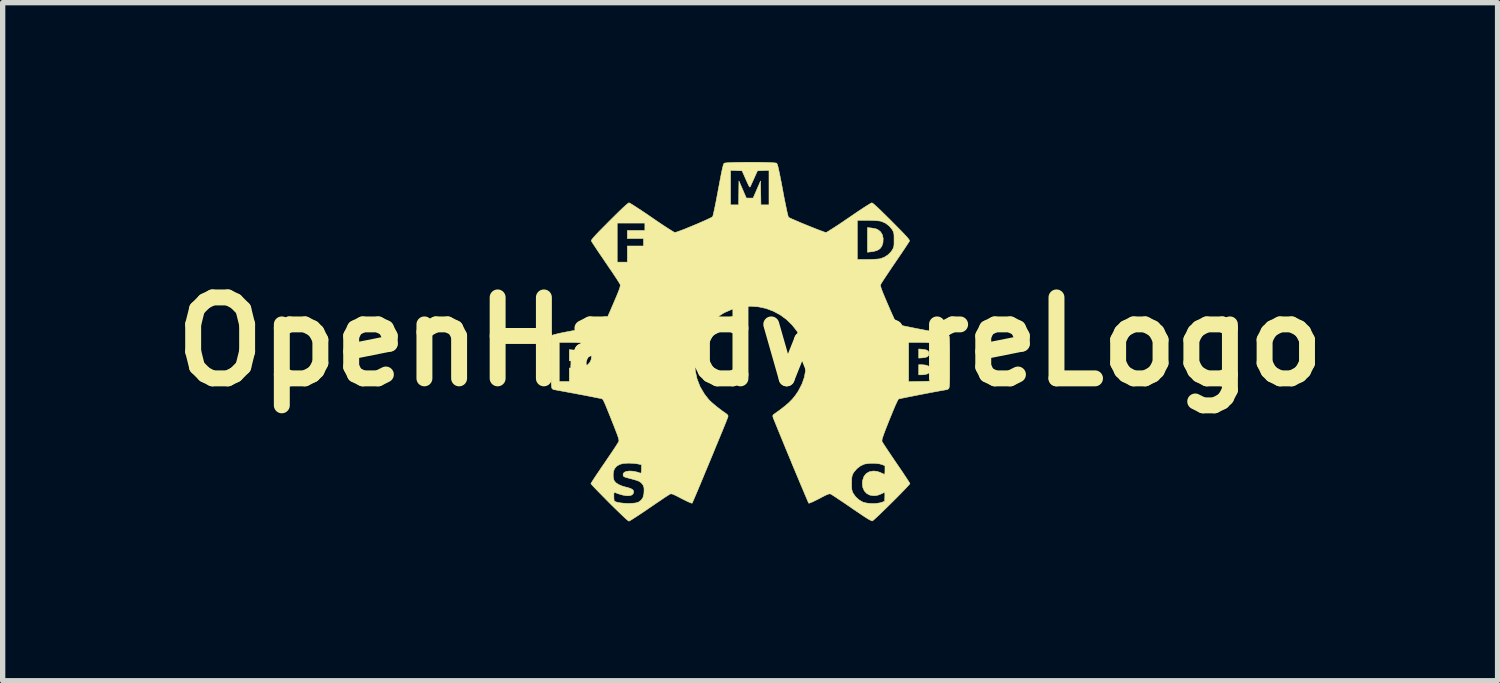
<source format=kicad_pcb>
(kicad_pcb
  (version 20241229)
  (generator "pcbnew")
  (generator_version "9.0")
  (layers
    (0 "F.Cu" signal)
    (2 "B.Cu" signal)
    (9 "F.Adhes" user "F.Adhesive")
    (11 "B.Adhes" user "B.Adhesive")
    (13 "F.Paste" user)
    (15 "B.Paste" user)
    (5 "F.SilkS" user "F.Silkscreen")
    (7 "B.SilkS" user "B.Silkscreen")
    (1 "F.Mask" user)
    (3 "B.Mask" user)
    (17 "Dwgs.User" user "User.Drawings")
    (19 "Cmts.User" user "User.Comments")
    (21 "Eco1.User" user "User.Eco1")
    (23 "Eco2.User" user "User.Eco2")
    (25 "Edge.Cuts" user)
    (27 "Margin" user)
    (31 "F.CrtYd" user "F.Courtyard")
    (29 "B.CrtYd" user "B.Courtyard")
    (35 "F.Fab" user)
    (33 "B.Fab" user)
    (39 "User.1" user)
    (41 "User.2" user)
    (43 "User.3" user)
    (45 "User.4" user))
  (footprint "OpenHardwareLogo"
    (layer "F.Cu")
    (at 11.074 3.385)
    (property "Reference" "OpenHardwareLogo" (at 0 0 0) (layer "F.SilkS") (effects (font (size 1.524 1.524) (thickness 0.3))))
    (attr through_hole)
    (fp_poly (pts (xy -3.326 0.156) (xy -3.263 0.168) (xy -3.221 0.19) (xy -3.2 0.224) (xy -3.196 0.254) (xy -3.205 0.297) (xy -3.233 0.327) (xy -3.281 0.345) (xy -3.326 0.352) (xy -3.404 0.359) (xy -3.404 0.149) (xy -3.326 0.156)) (stroke (width 0.01) (type solid)) (fill yes) (layer "F.SilkS"))
    (fp_poly (pts (xy 3.253 0.143) (xy 3.311 0.153) (xy 3.347 0.169) (xy 3.365 0.196) (xy 3.369 0.222) (xy 3.361 0.259) (xy 3.337 0.283) (xy 3.293 0.297) (xy 3.252 0.302) (xy 3.175 0.308) (xy 3.175 0.136) (xy 3.253 0.143)) (stroke (width 0.01) (type solid)) (fill yes) (layer "F.SilkS"))
    (fp_poly (pts (xy 3.235 0.433) (xy 3.303 0.439) (xy 3.354 0.455) (xy 3.385 0.48) (xy 3.391 0.495) (xy 3.394 0.545) (xy 3.375 0.582) (xy 3.335 0.607) (xy 3.272 0.62) (xy 3.235 0.622) (xy 3.175 0.622) (xy 3.175 0.432) (xy 3.235 0.433)) (stroke (width 0.01) (type solid)) (fill yes) (layer "F.SilkS"))
    (fp_poly (pts (xy 2.288 -2.141) (xy 2.336 -2.133) (xy 2.378 -2.123) (xy 2.399 -2.115) (xy 2.454 -2.073) (xy 2.49 -2.016) (xy 2.506 -1.945) (xy 2.502 -1.865) (xy 2.501 -1.862) (xy 2.48 -1.798) (xy 2.444 -1.751) (xy 2.389 -1.718) (xy 2.315 -1.698) (xy 2.288 -1.695) (xy 2.21 -1.686) (xy 2.21 -2.15) (xy 2.288 -2.141)) (stroke (width 0.01) (type solid)) (fill yes) (layer "F.SilkS"))
    (fp_poly (pts (xy 0.08 -3.38) (xy 0.176 -3.379) (xy 0.266 -3.377) (xy 0.346 -3.375) (xy 0.413 -3.372) (xy 0.464 -3.368) (xy 0.494 -3.364) (xy 0.5 -3.362) (xy 0.507 -3.352) (xy 0.515 -3.332) (xy 0.525 -3.298) (xy 0.536 -3.25) (xy 0.55 -3.185) (xy 0.567 -3.101) (xy 0.588 -2.996) (xy 0.612 -2.869) (xy 0.615 -2.853) (xy 0.639 -2.722) (xy 0.662 -2.609) (xy 0.682 -2.513) (xy 0.698 -2.437) (xy 0.711 -2.383) (xy 0.721 -2.351) (xy 0.725 -2.344) (xy 0.742 -2.334) (xy 0.779 -2.316) (xy 0.832 -2.293) (xy 0.898 -2.265) (xy 0.972 -2.233) (xy 1.051 -2.201) (xy 1.132 -2.168) (xy 1.21 -2.137) (xy 1.281 -2.109) (xy 1.343 -2.086) (xy 1.391 -2.068) (xy 1.421 -2.059) (xy 1.429 -2.057) (xy 1.445 -2.064) (xy 1.479 -2.084) (xy 1.53 -2.116) (xy 1.594 -2.157) (xy 1.669 -2.206) (xy 1.753 -2.262) (xy 1.787 -2.286) (xy 2.019 -2.286) (xy 2.019 -1.549) (xy 2.203 -1.549) (xy 2.275 -1.55) (xy 2.344 -1.553) (xy 2.402 -1.557) (xy 2.444 -1.562) (xy 2.451 -1.563) (xy 2.528 -1.592) (xy 2.601 -1.639) (xy 2.66 -1.701) (xy 2.673 -1.721) (xy 2.69 -1.75) (xy 2.701 -1.775) (xy 2.708 -1.804) (xy 2.711 -1.843) (xy 2.711 -1.898) (xy 2.711 -1.918) (xy 2.711 -1.979) (xy 2.709 -2.022) (xy 2.704 -2.053) (xy 2.694 -2.079) (xy 2.679 -2.106) (xy 2.673 -2.116) (xy 2.619 -2.181) (xy 2.548 -2.234) (xy 2.469 -2.268) (xy 2.451 -2.272) (xy 2.414 -2.277) (xy 2.359 -2.282) (xy 2.292 -2.285) (xy 2.22 -2.286) (xy 2.203 -2.286) (xy 2.019 -2.286) (xy 1.787 -2.286) (xy 1.843 -2.324) (xy 1.861 -2.336) (xy 1.952 -2.398) (xy 2.037 -2.456) (xy 2.114 -2.507) (xy 2.18 -2.55) (xy 2.234 -2.583) (xy 2.271 -2.606) (xy 2.291 -2.615) (xy 2.293 -2.616) (xy 2.31 -2.607) (xy 2.344 -2.579) (xy 2.395 -2.533) (xy 2.462 -2.469) (xy 2.547 -2.386) (xy 2.648 -2.286) (xy 2.665 -2.269) (xy 2.755 -2.178) (xy 2.829 -2.103) (xy 2.887 -2.043) (xy 2.932 -1.995) (xy 2.965 -1.959) (xy 2.986 -1.932) (xy 2.998 -1.914) (xy 3.002 -1.902) (xy 3.002 -1.898) (xy 2.993 -1.882) (xy 2.971 -1.848) (xy 2.938 -1.798) (xy 2.896 -1.734) (xy 2.846 -1.66) (xy 2.79 -1.578) (xy 2.733 -1.494) (xy 2.673 -1.406) (xy 2.617 -1.323) (xy 2.567 -1.248) (xy 2.524 -1.183) (xy 2.491 -1.132) (xy 2.469 -1.097) (xy 2.46 -1.08) (xy 2.457 -1.068) (xy 2.457 -1.052) (xy 2.462 -1.03) (xy 2.472 -0.999) (xy 2.487 -0.956) (xy 2.51 -0.899) (xy 2.541 -0.825) (xy 2.581 -0.731) (xy 2.596 -0.697) (xy 2.634 -0.608) (xy 2.67 -0.527) (xy 2.702 -0.456) (xy 2.728 -0.398) (xy 2.748 -0.356) (xy 2.76 -0.334) (xy 2.762 -0.332) (xy 2.778 -0.325) (xy 2.817 -0.315) (xy 2.877 -0.301) (xy 2.954 -0.285) (xy 3.047 -0.266) (xy 3.154 -0.245) (xy 3.253 -0.226) (xy 3.386 -0.201) (xy 3.495 -0.18) (xy 3.582 -0.162) (xy 3.649 -0.148) (xy 3.697 -0.136) (xy 3.727 -0.126) (xy 3.742 -0.119) (xy 3.743 -0.117) (xy 3.748 -0.105) (xy 3.751 -0.081) (xy 3.754 -0.041) (xy 3.756 0.015) (xy 3.758 0.09) (xy 3.759 0.185) (xy 3.759 0.303) (xy 3.759 0.383) (xy 3.759 0.507) (xy 3.759 0.609) (xy 3.758 0.69) (xy 3.757 0.753) (xy 3.755 0.801) (xy 3.752 0.835) (xy 3.749 0.858) (xy 3.745 0.872) (xy 3.74 0.881) (xy 3.739 0.882) (xy 3.72 0.898) (xy 3.71 0.902) (xy 3.692 0.904) (xy 3.652 0.911) (xy 3.595 0.921) (xy 3.524 0.934) (xy 3.442 0.949) (xy 3.353 0.966) (xy 3.26 0.984) (xy 3.167 1.002) (xy 3.077 1.02) (xy 2.994 1.036) (xy 2.921 1.051) (xy 2.862 1.063) (xy 2.82 1.072) (xy 2.798 1.077) (xy 2.797 1.078) (xy 2.785 1.093) (xy 2.766 1.131) (xy 2.739 1.189) (xy 2.706 1.266) (xy 2.667 1.361) (xy 2.623 1.468) (xy 2.581 1.574) (xy 2.547 1.66) (xy 2.522 1.727) (xy 2.504 1.778) (xy 2.491 1.816) (xy 2.485 1.843) (xy 2.483 1.862) (xy 2.484 1.875) (xy 2.485 1.878) (xy 2.495 1.896) (xy 2.518 1.933) (xy 2.552 1.984) (xy 2.595 2.049) (xy 2.645 2.124) (xy 2.701 2.207) (xy 2.754 2.285) (xy 2.813 2.371) (xy 2.868 2.451) (xy 2.915 2.523) (xy 2.955 2.583) (xy 2.985 2.63) (xy 3.004 2.66) (xy 3.01 2.671) (xy 3.001 2.684) (xy 2.976 2.712) (xy 2.938 2.753) (xy 2.889 2.804) (xy 2.831 2.864) (xy 2.767 2.929) (xy 2.699 2.997) (xy 2.629 3.066) (xy 2.56 3.134) (xy 2.495 3.197) (xy 2.436 3.255) (xy 2.384 3.303) (xy 2.343 3.341) (xy 2.315 3.365) (xy 2.303 3.373) (xy 2.29 3.372) (xy 2.267 3.361) (xy 2.231 3.342) (xy 2.182 3.312) (xy 2.118 3.27) (xy 2.037 3.215) (xy 1.937 3.148) (xy 1.915 3.132) (xy 1.829 3.073) (xy 1.748 3.018) (xy 1.675 2.97) (xy 1.614 2.928) (xy 1.565 2.897) (xy 1.533 2.876) (xy 1.521 2.869) (xy 1.507 2.865) (xy 1.491 2.865) (xy 1.468 2.871) (xy 1.436 2.884) (xy 1.391 2.906) (xy 1.328 2.939) (xy 1.302 2.953) (xy 1.236 2.986) (xy 1.181 3.013) (xy 1.137 3.031) (xy 1.111 3.04) (xy 1.104 3.04) (xy 1.098 3.026) (xy 1.082 2.992) (xy 1.06 2.939) (xy 1.03 2.869) (xy 0.995 2.785) (xy 0.954 2.69) (xy 0.945 2.667) (xy 1.911 2.667) (xy 1.912 2.731) (xy 1.915 2.777) (xy 1.922 2.81) (xy 1.932 2.838) (xy 1.939 2.851) (xy 1.988 2.92) (xy 2.052 2.978) (xy 2.122 3.019) (xy 2.136 3.024) (xy 2.201 3.039) (xy 2.277 3.046) (xy 2.357 3.046) (xy 2.429 3.037) (xy 2.477 3.025) (xy 2.534 3.003) (xy 2.537 2.916) (xy 2.538 2.874) (xy 2.536 2.845) (xy 2.531 2.835) (xy 2.531 2.835) (xy 2.466 2.866) (xy 2.415 2.886) (xy 2.372 2.896) (xy 2.331 2.899) (xy 2.329 2.899) (xy 2.256 2.888) (xy 2.196 2.857) (xy 2.151 2.808) (xy 2.123 2.745) (xy 2.114 2.669) (xy 2.12 2.608) (xy 2.144 2.537) (xy 2.186 2.483) (xy 2.244 2.449) (xy 2.317 2.435) (xy 2.329 2.435) (xy 2.375 2.439) (xy 2.425 2.452) (xy 2.484 2.476) (xy 2.53 2.499) (xy 2.535 2.49) (xy 2.539 2.462) (xy 2.54 2.42) (xy 2.54 2.42) (xy 2.54 2.336) (xy 2.492 2.315) (xy 2.441 2.3) (xy 2.373 2.291) (xy 2.299 2.288) (xy 2.225 2.292) (xy 2.162 2.302) (xy 2.153 2.304) (xy 2.08 2.337) (xy 2.012 2.389) (xy 1.956 2.454) (xy 1.939 2.482) (xy 1.926 2.51) (xy 1.918 2.541) (xy 1.913 2.58) (xy 1.911 2.636) (xy 1.911 2.667) (xy 0.945 2.667) (xy 0.91 2.584) (xy 0.863 2.472) (xy 0.814 2.355) (xy 0.765 2.235) (xy 0.715 2.115) (xy 0.666 1.997) (xy 0.62 1.884) (xy 0.576 1.777) (xy 0.536 1.68) (xy 0.501 1.594) (xy 0.472 1.522) (xy 0.449 1.466) (xy 0.435 1.429) (xy 0.429 1.413) (xy 0.43 1.384) (xy 0.449 1.365) (xy 0.561 1.285) (xy 0.654 1.213) (xy 0.731 1.147) (xy 0.795 1.082) (xy 0.849 1.016) (xy 0.897 0.946) (xy 0.912 0.922) (xy 0.977 0.796) (xy 0.993 0.751) (xy 2.985 0.751) (xy 3.216 0.747) (xy 3.302 0.745) (xy 3.366 0.743) (xy 3.414 0.739) (xy 3.448 0.735) (xy 3.474 0.728) (xy 3.495 0.719) (xy 3.497 0.719) (xy 3.549 0.682) (xy 3.58 0.632) (xy 3.593 0.566) (xy 3.594 0.546) (xy 3.585 0.477) (xy 3.56 0.42) (xy 3.521 0.38) (xy 3.519 0.379) (xy 3.505 0.368) (xy 3.504 0.357) (xy 3.517 0.338) (xy 3.533 0.319) (xy 3.554 0.293) (xy 3.565 0.27) (xy 3.568 0.241) (xy 3.566 0.196) (xy 3.566 0.193) (xy 3.562 0.146) (xy 3.554 0.116) (xy 3.539 0.093) (xy 3.521 0.075) (xy 3.493 0.053) (xy 3.461 0.037) (xy 3.421 0.026) (xy 3.369 0.018) (xy 3.302 0.014) (xy 3.214 0.013) (xy 3.185 0.013) (xy 2.985 0.013) (xy 2.985 0.751) (xy 0.993 0.751) (xy 1.022 0.668) (xy 1.047 0.531) (xy 1.056 0.379) (xy 1.056 0.375) (xy 1.044 0.216) (xy 1.009 0.066) (xy 0.954 -0.074) (xy 0.881 -0.203) (xy 0.79 -0.318) (xy 0.685 -0.42) (xy 0.567 -0.506) (xy 0.439 -0.575) (xy 0.301 -0.627) (xy 0.156 -0.658) (xy 0.006 -0.669) (xy -0.148 -0.658) (xy -0.303 -0.623) (xy -0.339 -0.611) (xy -0.487 -0.547) (xy -0.621 -0.462) (xy -0.741 -0.357) (xy -0.844 -0.233) (xy -0.93 -0.092) (xy -0.951 -0.049) (xy -1 0.074) (xy -1.029 0.196) (xy -1.042 0.327) (xy -1.043 0.381) (xy -1.032 0.547) (xy -0.998 0.702) (xy -0.941 0.848) (xy -0.86 0.985) (xy -0.784 1.082) (xy -0.744 1.124) (xy -0.686 1.175) (xy -0.614 1.234) (xy -0.533 1.296) (xy -0.445 1.358) (xy -0.436 1.365) (xy -0.416 1.388) (xy -0.416 1.413) (xy -0.423 1.431) (xy -0.438 1.469) (xy -0.46 1.526) (xy -0.49 1.599) (xy -0.525 1.686) (xy -0.566 1.784) (xy -0.61 1.891) (xy -0.657 2.004) (xy -0.705 2.122) (xy -0.755 2.242) (xy -0.805 2.362) (xy -0.854 2.479) (xy -0.9 2.591) (xy -0.944 2.696) (xy -0.984 2.791) (xy -1.019 2.874) (xy -1.049 2.943) (xy -1.071 2.995) (xy -1.086 3.028) (xy -1.091 3.04) (xy -1.106 3.038) (xy -1.139 3.025) (xy -1.188 3.003) (xy -1.247 2.974) (xy -1.289 2.953) (xy -1.359 2.916) (xy -1.41 2.891) (xy -1.446 2.874) (xy -1.471 2.866) (xy -1.489 2.864) (xy -1.504 2.867) (xy -1.508 2.869) (xy -1.526 2.88) (xy -1.563 2.903) (xy -1.615 2.937) (xy -1.679 2.981) (xy -1.754 3.031) (xy -1.836 3.087) (xy -1.901 3.131) (xy -1.986 3.19) (xy -2.066 3.243) (xy -2.137 3.29) (xy -2.196 3.328) (xy -2.242 3.357) (xy -2.272 3.374) (xy -2.283 3.378) (xy -2.296 3.369) (xy -2.326 3.345) (xy -2.369 3.306) (xy -2.423 3.254) (xy -2.487 3.193) (xy -2.559 3.123) (xy -2.636 3.047) (xy -2.651 3.032) (xy -2.728 2.954) (xy -2.799 2.882) (xy -2.862 2.818) (xy -2.916 2.762) (xy -2.957 2.718) (xy -2.985 2.688) (xy -2.997 2.673) (xy -2.997 2.672) (xy -2.99 2.658) (xy -2.97 2.626) (xy -2.94 2.579) (xy -2.899 2.517) (xy -2.883 2.493) (xy -2.578 2.493) (xy -2.576 2.555) (xy -2.563 2.608) (xy -2.559 2.616) (xy -2.528 2.654) (xy -2.477 2.688) (xy -2.412 2.716) (xy -2.362 2.731) (xy -2.288 2.75) (xy -2.236 2.77) (xy -2.205 2.791) (xy -2.193 2.816) (xy -2.196 2.847) (xy -2.198 2.854) (xy -2.222 2.883) (xy -2.264 2.898) (xy -2.324 2.9) (xy -2.398 2.887) (xy -2.484 2.862) (xy -2.543 2.839) (xy -2.555 2.836) (xy -2.562 2.845) (xy -2.565 2.869) (xy -2.565 2.913) (xy -2.564 2.956) (xy -2.56 2.989) (xy -2.554 3.003) (xy -2.512 3.02) (xy -2.451 3.033) (xy -2.379 3.041) (xy -2.302 3.045) (xy -2.228 3.043) (xy -2.162 3.037) (xy -2.112 3.024) (xy -2.1 3.019) (xy -2.05 2.982) (xy -2.017 2.933) (xy -2 2.866) (xy -1.997 2.826) (xy -1.996 2.772) (xy -2.001 2.735) (xy -2.012 2.706) (xy -2.018 2.696) (xy -2.041 2.665) (xy -2.069 2.641) (xy -2.106 2.621) (xy -2.159 2.603) (xy -2.224 2.585) (xy -2.289 2.568) (xy -2.334 2.556) (xy -2.363 2.546) (xy -2.379 2.536) (xy -2.387 2.526) (xy -2.391 2.514) (xy -2.389 2.481) (xy -2.365 2.456) (xy -2.324 2.44) (xy -2.267 2.434) (xy -2.198 2.439) (xy -2.194 2.44) (xy -2.149 2.449) (xy -2.111 2.458) (xy -2.094 2.464) (xy -2.069 2.475) (xy -2.054 2.471) (xy -2.047 2.449) (xy -2.045 2.405) (xy -2.045 2.396) (xy -2.045 2.315) (xy -2.117 2.3) (xy -2.165 2.293) (xy -2.227 2.288) (xy -2.289 2.286) (xy -2.298 2.286) (xy -2.389 2.292) (xy -2.461 2.312) (xy -2.516 2.347) (xy -2.549 2.386) (xy -2.569 2.433) (xy -2.578 2.493) (xy -2.883 2.493) (xy -2.85 2.445) (xy -2.796 2.364) (xy -2.741 2.285) (xy -2.682 2.197) (xy -2.626 2.115) (xy -2.576 2.041) (xy -2.534 1.977) (xy -2.502 1.927) (xy -2.481 1.893) (xy -2.473 1.878) (xy -2.47 1.866) (xy -2.471 1.848) (xy -2.476 1.823) (xy -2.487 1.788) (xy -2.504 1.739) (xy -2.529 1.675) (xy -2.561 1.592) (xy -2.596 1.504) (xy -2.64 1.393) (xy -2.676 1.304) (xy -2.705 1.233) (xy -2.727 1.18) (xy -2.745 1.14) (xy -2.758 1.112) (xy -2.768 1.094) (xy -2.776 1.083) (xy -2.784 1.077) (xy -2.792 1.073) (xy -2.792 1.073) (xy -2.808 1.069) (xy -2.845 1.062) (xy -2.901 1.051) (xy -2.971 1.037) (xy -3.052 1.021) (xy -3.14 1.004) (xy -3.232 0.987) (xy -3.325 0.969) (xy -3.415 0.953) (xy -3.498 0.937) (xy -3.571 0.924) (xy -3.631 0.913) (xy -3.673 0.905) (xy -3.695 0.902) (xy -3.697 0.902) (xy -3.713 0.894) (xy -3.727 0.882) (xy -3.732 0.874) (xy -3.736 0.861) (xy -3.739 0.839) (xy -3.742 0.807) (xy -3.744 0.762) (xy -3.744 0.749) (xy -3.594 0.749) (xy -3.404 0.749) (xy -3.404 0.495) (xy -3.299 0.495) (xy -3.215 0.492) (xy -3.151 0.482) (xy -3.101 0.463) (xy -3.061 0.436) (xy -3.019 0.392) (xy -2.994 0.34) (xy -2.985 0.275) (xy -2.985 0.254) (xy -2.99 0.184) (xy -3.01 0.13) (xy -3.047 0.084) (xy -3.061 0.072) (xy -3.089 0.051) (xy -3.122 0.036) (xy -3.162 0.025) (xy -3.214 0.018) (xy -3.282 0.014) (xy -3.371 0.013) (xy -3.394 0.013) (xy -3.594 0.013) (xy -3.594 0.749) (xy -3.744 0.749) (xy -3.745 0.702) (xy -3.746 0.624) (xy -3.746 0.526) (xy -3.746 0.405) (xy -3.747 0.383) (xy -3.746 0.251) (xy -3.746 0.143) (xy -3.744 0.056) (xy -3.743 -0.01) (xy -3.74 -0.059) (xy -3.737 -0.093) (xy -3.733 -0.112) (xy -3.731 -0.117) (xy -3.719 -0.125) (xy -3.691 -0.134) (xy -3.646 -0.145) (xy -3.583 -0.16) (xy -3.5 -0.177) (xy -3.395 -0.197) (xy -3.267 -0.221) (xy -3.24 -0.226) (xy -3.125 -0.248) (xy -3.02 -0.269) (xy -2.929 -0.287) (xy -2.854 -0.304) (xy -2.798 -0.317) (xy -2.762 -0.327) (xy -2.749 -0.332) (xy -2.74 -0.348) (xy -2.722 -0.384) (xy -2.697 -0.437) (xy -2.667 -0.505) (xy -2.632 -0.583) (xy -2.595 -0.67) (xy -2.583 -0.697) (xy -2.54 -0.798) (xy -2.506 -0.878) (xy -2.481 -0.94) (xy -2.463 -0.987) (xy -2.452 -1.021) (xy -2.446 -1.046) (xy -2.444 -1.063) (xy -2.446 -1.077) (xy -2.447 -1.08) (xy -2.458 -1.099) (xy -2.48 -1.135) (xy -2.514 -1.188) (xy -2.557 -1.253) (xy -2.608 -1.329) (xy -2.665 -1.412) (xy -2.72 -1.494) (xy -2.78 -1.582) (xy -2.836 -1.664) (xy -2.886 -1.738) (xy -2.927 -1.801) (xy -2.96 -1.85) (xy -2.981 -1.883) (xy -2.989 -1.898) (xy -2.989 -1.907) (xy -2.981 -1.922) (xy -2.964 -1.944) (xy -2.938 -1.975) (xy -2.9 -2.016) (xy -2.849 -2.07) (xy -2.783 -2.137) (xy -2.701 -2.219) (xy -2.686 -2.235) (xy -2.502 -2.235) (xy -2.502 -1.499) (xy -2.311 -1.499) (xy -2.311 -1.803) (xy -2.007 -1.803) (xy -2.007 -1.943) (xy -2.311 -1.943) (xy -2.311 -2.095) (xy -1.981 -2.095) (xy -1.981 -2.235) (xy -2.502 -2.235) (xy -2.686 -2.235) (xy -2.652 -2.269) (xy -2.549 -2.371) (xy -2.463 -2.456) (xy -2.393 -2.523) (xy -2.339 -2.572) (xy -2.302 -2.603) (xy -2.282 -2.616) (xy -2.28 -2.616) (xy -2.264 -2.609) (xy -2.23 -2.589) (xy -2.179 -2.557) (xy -2.116 -2.516) (xy -2.041 -2.467) (xy -1.957 -2.411) (xy -1.867 -2.349) (xy -1.849 -2.337) (xy -1.758 -2.274) (xy -1.673 -2.217) (xy -1.596 -2.166) (xy -1.529 -2.123) (xy -1.476 -2.09) (xy -1.438 -2.067) (xy -1.419 -2.058) (xy -1.417 -2.057) (xy -1.395 -2.062) (xy -1.354 -2.076) (xy -1.298 -2.096) (xy -1.23 -2.122) (xy -1.155 -2.153) (xy -1.075 -2.186) (xy -0.995 -2.219) (xy -0.917 -2.253) (xy -0.847 -2.284) (xy -0.786 -2.312) (xy -0.74 -2.334) (xy -0.712 -2.35) (xy -0.704 -2.356) (xy -0.699 -2.374) (xy -0.689 -2.414) (xy -0.676 -2.473) (xy -0.66 -2.548) (xy -0.642 -2.637) (xy -0.623 -2.737) (xy -0.603 -2.844) (xy -0.599 -2.863) (xy -0.575 -2.992) (xy -0.555 -3.097) (xy -0.539 -3.181) (xy -0.529 -3.227) (xy -0.368 -3.227) (xy -0.368 -2.578) (xy -0.216 -2.578) (xy -0.213 -2.803) (xy -0.21 -3.027) (xy -0.14 -2.866) (xy -0.07 -2.705) (xy 0.057 -2.705) (xy 0.127 -2.866) (xy 0.197 -3.027) (xy 0.204 -2.578) (xy 0.356 -2.578) (xy 0.356 -3.227) (xy 0.247 -3.223) (xy 0.139 -3.219) (xy 0.079 -3.086) (xy 0.054 -3.03) (xy 0.031 -2.98) (xy 0.014 -2.942) (xy 0.006 -2.923) (xy -0.000185 -2.914) (xy -0.007 -2.914) (xy -0.018 -2.927) (xy -0.033 -2.956) (xy -0.055 -3.003) (xy -0.079 -3.056) (xy -0.151 -3.219) (xy -0.259 -3.223) (xy -0.368 -3.227) (xy -0.529 -3.227) (xy -0.525 -3.247) (xy -0.513 -3.296) (xy -0.504 -3.33) (xy -0.495 -3.351) (xy -0.488 -3.361) (xy -0.488 -3.362) (xy -0.469 -3.366) (xy -0.428 -3.37) (xy -0.369 -3.373) (xy -0.295 -3.376) (xy -0.209 -3.378) (xy -0.116 -3.379) (xy -0.018 -3.38) (xy 0.08 -3.38)) (stroke (width 0.01) (type solid)) (fill yes) (layer "F.SilkS")))
  (gr_rect
    (start -3 -3)
    (end 25.149 9.768)
    (stroke (width 0.1) (type default))
    (fill no)
    (layer "Edge.Cuts")))
</source>
